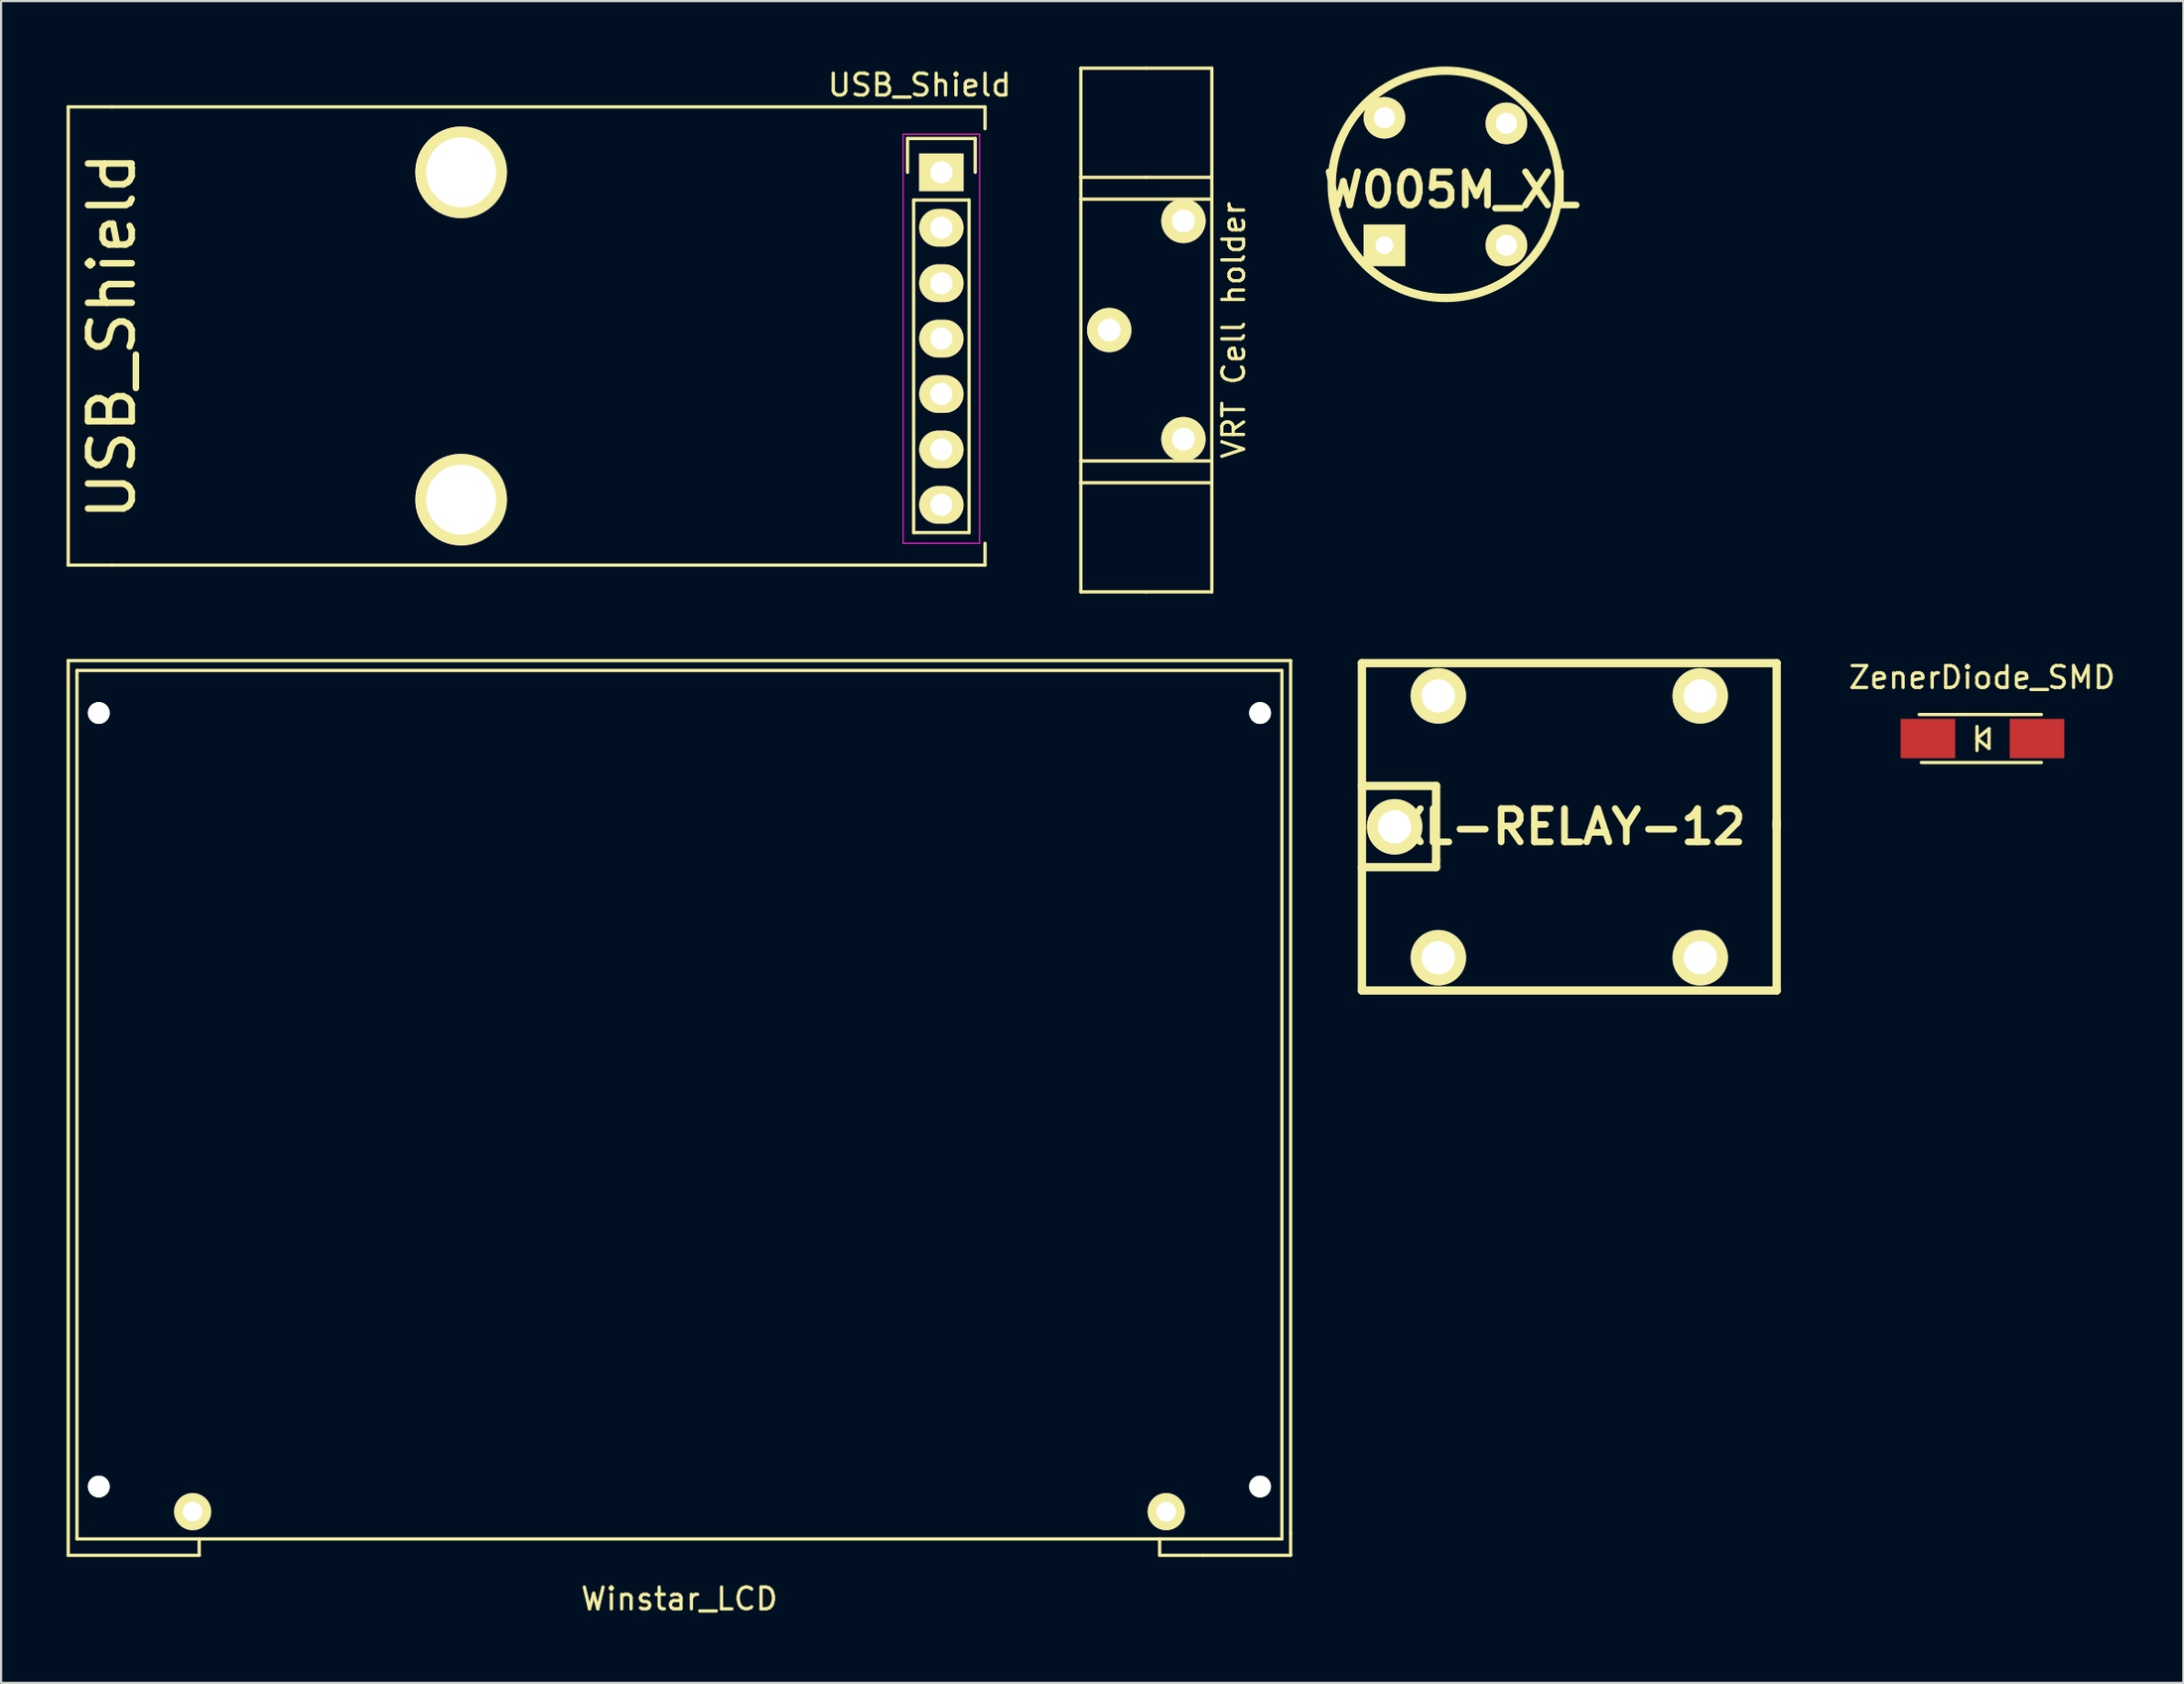
<source format=kicad_pcb>
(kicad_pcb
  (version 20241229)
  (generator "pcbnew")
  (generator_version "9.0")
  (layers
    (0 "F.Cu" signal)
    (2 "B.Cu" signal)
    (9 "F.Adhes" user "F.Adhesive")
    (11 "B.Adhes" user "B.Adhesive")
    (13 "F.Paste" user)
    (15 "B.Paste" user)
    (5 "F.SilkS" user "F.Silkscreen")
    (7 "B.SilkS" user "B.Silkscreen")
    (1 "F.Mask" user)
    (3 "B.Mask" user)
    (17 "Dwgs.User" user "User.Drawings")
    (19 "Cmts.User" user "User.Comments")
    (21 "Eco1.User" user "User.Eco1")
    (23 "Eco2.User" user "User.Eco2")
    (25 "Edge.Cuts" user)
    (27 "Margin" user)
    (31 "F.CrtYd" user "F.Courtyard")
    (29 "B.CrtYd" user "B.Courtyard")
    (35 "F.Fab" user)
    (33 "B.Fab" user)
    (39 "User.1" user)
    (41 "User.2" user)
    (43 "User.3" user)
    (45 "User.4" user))
  (footprint "W005M_XL"
    (layer "F.Cu")
    (at 63.166 5.397)
    (property "Reference" "W005M_XL" (at 0.294 0.26 0) (layer "F.SilkS") (effects (font (size 1.524 1.524) (thickness 0.305))))
    (attr through_hole)
    (fp_circle (center 0 0) (end 0 5.207) (stroke (width 0.381) (type solid)) (fill no) (layer "F.SilkS"))
    (pad "1" thru_hole circle (at 2.794 -2.794) (size 1.905 1.905) (drill 0.965) (layers "*.Cu" "*.Mask" "F.SilkS"))
    (pad "2" thru_hole circle (at 2.794 2.794) (size 1.905 1.905) (drill 0.965) (layers "*.Cu" "*.Mask" "F.SilkS"))
    (pad "3" thru_hole rect (at -2.794 2.794) (size 1.905 1.905) (drill 0.813) (layers "*.Cu" "*.Mask" "F.SilkS"))
    (pad "4" thru_hole circle (at -2.794 -3.048) (size 1.905 1.905) (drill 0.965) (layers "*.Cu" "*.Mask" "F.SilkS")))
  (footprint "XL-RELAY-12"
    (layer "F.Cu")
    (at 68.84 34.841)
    (property "Reference" "XL-RELAY-12" (at 0 0 0) (layer "F.SilkS") (effects (font (size 1.524 1.524) (thickness 0.305))))
    (attr through_hole)
    (fp_line (start -9.5 -7.501) (end -9.5 7.501) (stroke (width 0.381) (type solid)) (layer "F.SilkS"))
    (fp_line (start -9.5 7.501) (end 9.5 7.501) (stroke (width 0.381) (type solid)) (layer "F.SilkS"))
    (fp_line (start -6.101 -1.875) (end -9.5 -1.875) (stroke (width 0.381) (type solid)) (layer "F.SilkS"))
    (fp_line (start -6.101 -1.875) (end -6.101 1.549) (stroke (width 0.381) (type solid)) (layer "F.SilkS"))
    (fp_line (start -6.101 1.549) (end -6.101 1.849) (stroke (width 0.381) (type solid)) (layer "F.SilkS"))
    (fp_line (start -6.101 1.849) (end -9.5 1.849) (stroke (width 0.381) (type solid)) (layer "F.SilkS"))
    (fp_line (start 9.5 -7.501) (end -9.5 -7.501) (stroke (width 0.381) (type solid)) (layer "F.SilkS"))
    (fp_line (start 9.5 0) (end 9.5 -7.501) (stroke (width 0.381) (type solid)) (layer "F.SilkS"))
    (fp_line (start 9.5 7.501) (end 9.5 -0.249) (stroke (width 0.381) (type solid)) (layer "F.SilkS"))
    (pad "1" thru_hole circle (at -5.999 -5.999) (size 2.54 2.54) (drill 1.524) (layers "*.Cu" "*.Mask" "F.SilkS"))
    (pad "2" thru_hole circle (at -8.001 0) (size 2.54 2.54) (drill 1.524) (layers "*.Cu" "*.Mask" "F.SilkS"))
    (pad "3" thru_hole circle (at 5.999 -5.999) (size 2.54 2.54) (drill 1.524) (layers "*.Cu" "*.Mask" "F.SilkS"))
    (pad "4" thru_hole circle (at 5.999 5.999) (size 2.54 2.54) (drill 1.524) (layers "*.Cu" "*.Mask" "F.SilkS"))
    (pad "5" thru_hole circle (at -5.999 5.999) (size 2.54 2.54) (drill 1.524) (layers "*.Cu" "*.Mask" "F.SilkS")))
  (footprint "VRT Cell holder"
    (layer "F.Cu")
    (at 49.465 12.075)
    (property "Reference" "VRT Cell holder" (at 4 0 90) (layer "F.SilkS") (effects (font (size 1 1) (thickness 0.15))))
    (attr through_hole)
    (fp_line (start -3 -12) (end -3 -7) (stroke (width 0.15) (type solid)) (layer "F.SilkS"))
    (fp_line (start -3 -7) (end 0 -7) (stroke (width 0.15) (type solid)) (layer "F.SilkS"))
    (fp_line (start -3 7) (end -3 -7) (stroke (width 0.15) (type solid)) (layer "F.SilkS"))
    (fp_line (start -3 12) (end -3 7) (stroke (width 0.15) (type solid)) (layer "F.SilkS"))
    (fp_line (start 0 -12) (end -3 -12) (stroke (width 0.15) (type solid)) (layer "F.SilkS"))
    (fp_line (start 0 -12) (end 3 -12) (stroke (width 0.15) (type solid)) (layer "F.SilkS"))
    (fp_line (start 0 -7) (end 3 -7) (stroke (width 0.15) (type solid)) (layer "F.SilkS"))
    (fp_line (start 0 12) (end -3 12) (stroke (width 0.15) (type solid)) (layer "F.SilkS"))
    (fp_line (start 0 12) (end 3 12) (stroke (width 0.15) (type solid)) (layer "F.SilkS"))
    (fp_line (start 3 -12) (end 3 -7) (stroke (width 0.15) (type solid)) (layer "F.SilkS"))
    (fp_line (start 3 -7) (end 3 7) (stroke (width 0.15) (type solid)) (layer "F.SilkS"))
    (fp_line (start 3 -6) (end -3 -6) (stroke (width 0.15) (type solid)) (layer "F.SilkS"))
    (fp_line (start 3 6) (end -3 6) (stroke (width 0.15) (type solid)) (layer "F.SilkS"))
    (fp_line (start 3 7) (end -3 7) (stroke (width 0.15) (type solid)) (layer "F.SilkS"))
    (fp_line (start 3 12) (end 3 7) (stroke (width 0.15) (type solid)) (layer "F.SilkS"))
    (pad "1" thru_hole circle (at 1.7 -5) (size 2.032 2.032) (drill 1.05) (layers "*.Cu" "*.Mask" "F.SilkS"))
    (pad "1" thru_hole circle (at 1.7 5) (size 2.032 2.032) (drill 1.05) (layers "*.Cu" "*.Mask" "F.SilkS"))
    (pad "2" thru_hole circle (at -1.7 0) (size 2.032 2.032) (drill 1.05) (layers "*.Cu" "*.Mask" "F.SilkS")))
  (footprint "USB_Shield"
    (layer "F.Cu")
    (at 40.075 12.848)
    (property "Reference" "USB_Shield" (at -1 -12 180) (layer "F.SilkS") (effects (font (size 1 1) (thickness 0.15))))
    (attr through_hole)
    (fp_line (start -40 -11) (end -40 10) (stroke (width 0.15) (type solid)) (layer "F.SilkS"))
    (fp_line (start -40 10) (end -38 10) (stroke (width 0.15) (type solid)) (layer "F.SilkS"))
    (fp_line (start -38 -11) (end -40 -11) (stroke (width 0.15) (type solid)) (layer "F.SilkS"))
    (fp_line (start -38 10) (end 2 10) (stroke (width 0.15) (type solid)) (layer "F.SilkS"))
    (fp_line (start -1.55 -9.55) (end 1.55 -9.55) (stroke (width 0.15) (type solid)) (layer "F.SilkS"))
    (fp_line (start -1.55 -8) (end -1.55 -9.55) (stroke (width 0.15) (type solid)) (layer "F.SilkS"))
    (fp_line (start -1.27 8.51) (end -1.27 -6.73) (stroke (width 0.15) (type solid)) (layer "F.SilkS"))
    (fp_line (start 1.27 -6.73) (end -1.27 -6.73) (stroke (width 0.15) (type solid)) (layer "F.SilkS"))
    (fp_line (start 1.27 -6.73) (end 1.27 8.51) (stroke (width 0.15) (type solid)) (layer "F.SilkS"))
    (fp_line (start 1.27 8.51) (end -1.27 8.51) (stroke (width 0.15) (type solid)) (layer "F.SilkS"))
    (fp_line (start 1.55 -9.55) (end 1.55 -8) (stroke (width 0.15) (type solid)) (layer "F.SilkS"))
    (fp_line (start 2 -11) (end -38 -11) (stroke (width 0.15) (type solid)) (layer "F.SilkS"))
    (fp_line (start 2 -11) (end 2 -10) (stroke (width 0.15) (type solid)) (layer "F.SilkS"))
    (fp_line (start 2 10) (end 2 9) (stroke (width 0.15) (type solid)) (layer "F.SilkS"))
    (fp_line (start -1.75 -9.75) (end -1.75 9) (stroke (width 0.05) (type solid)) (layer "F.CrtYd"))
    (fp_line (start -1.75 -9.75) (end 1.75 -9.75) (stroke (width 0.05) (type solid)) (layer "F.CrtYd"))
    (fp_line (start -1.75 9) (end 1.75 9) (stroke (width 0.05) (type solid)) (layer "F.CrtYd"))
    (fp_line (start 1.75 -9.75) (end 1.75 9) (stroke (width 0.05) (type solid)) (layer "F.CrtYd"))
    (fp_text user "USB_Shield" (at -38 -0.5 90) (layer "F.SilkS") (effects (font (size 2 2) (thickness 0.3))))
    (pad "1" thru_hole circle (at -22 -8) (size 4.2 4.2) (drill 3.2) (layers "*.Cu" "*.Mask" "F.SilkS"))
    (pad "1" thru_hole rect (at 0 -8) (size 2.032 1.727) (drill 1.016) (layers "*.Cu" "*.Mask" "F.SilkS"))
    (pad "2" thru_hole circle (at -22 7) (size 4.2 4.2) (drill 3.2) (layers "*.Cu" "*.Mask" "F.SilkS"))
    (pad "2" thru_hole oval (at 0 -5.46) (size 2.032 1.727) (drill 1.016) (layers "*.Cu" "*.Mask" "F.SilkS"))
    (pad "3" thru_hole oval (at 0 -2.92) (size 2.032 1.727) (drill 1.016) (layers "*.Cu" "*.Mask" "F.SilkS"))
    (pad "4" thru_hole oval (at 0 -0.38) (size 2.032 1.727) (drill 1.016) (layers "*.Cu" "*.Mask" "F.SilkS"))
    (pad "5" thru_hole oval (at 0 2.16) (size 2.032 1.727) (drill 1.016) (layers "*.Cu" "*.Mask" "F.SilkS"))
    (pad "6" thru_hole oval (at 0 4.7) (size 2.032 1.727) (drill 1.016) (layers "*.Cu" "*.Mask" "F.SilkS"))
    (pad "7" thru_hole oval (at 0 7.24) (size 2.032 1.727) (drill 1.016) (layers "*.Cu" "*.Mask" "F.SilkS")))
  (footprint "ZenerDiode_SMD"
    (layer "F.Cu")
    (at 87.768 30.794)
    (property "Reference" "ZenerDiode_SMD" (at -0.018 -2.796 0) (layer "F.SilkS") (effects (font (size 1 1) (thickness 0.15))))
    (attr smd)
    (fp_line (start -2.9 -1.1) (end 2.7 -1.1) (stroke (width 0.15) (type solid)) (layer "F.SilkS"))
    (fp_line (start -2.8 1.1) (end 2.7 1.1) (stroke (width 0.15) (type solid)) (layer "F.SilkS"))
    (fp_line (start -0.25 -0.55) (end -0.25 0.55) (stroke (width 0.15) (type solid)) (layer "F.SilkS"))
    (fp_line (start -0.25 0) (end 0.3 -0.45) (stroke (width 0.15) (type solid)) (layer "F.SilkS"))
    (fp_line (start 0.3 -0.45) (end 0.3 0.45) (stroke (width 0.15) (type solid)) (layer "F.SilkS"))
    (fp_line (start 0.3 0.45) (end -0.25 0) (stroke (width 0.15) (type solid)) (layer "F.SilkS"))
    (pad "1" smd rect (at 2.499 0) (size 2.5 1.801) (layers "F.Cu" "F.Mask" "F.Paste"))
    (pad "2" smd rect (at -2.499 0) (size 2.5 1.801) (layers "F.Cu" "F.Mask" "F.Paste")))
  (footprint "Winstar_LCD"
    (layer "F.Cu")
    (at 28.075 66.225)
    (property "Reference" "Winstar_LCD" (at 0 4 0) (layer "F.SilkS") (effects (font (size 1 1) (thickness 0.15))))
    (attr through_hole)
    (fp_line (start -28 -39) (end -28 2) (stroke (width 0.15) (type solid)) (layer "F.SilkS"))
    (fp_line (start -28 -39) (end 28 -39) (stroke (width 0.15) (type solid)) (layer "F.SilkS"))
    (fp_line (start -28 2) (end -22 2) (stroke (width 0.15) (type solid)) (layer "F.SilkS"))
    (fp_line (start -27.6 -38.55) (end 27.6 -38.55) (stroke (width 0.15) (type solid)) (layer "F.SilkS"))
    (fp_line (start -27.6 1.25) (end -27.6 -38.55) (stroke (width 0.15) (type solid)) (layer "F.SilkS"))
    (fp_line (start -27.6 1.25) (end 27.6 1.25) (stroke (width 0.15) (type solid)) (layer "F.SilkS"))
    (fp_line (start -22 2) (end -22 1.25) (stroke (width 0.15) (type solid)) (layer "F.SilkS"))
    (fp_line (start 22 2) (end 22 1.25) (stroke (width 0.15) (type solid)) (layer "F.SilkS"))
    (fp_line (start 24 2) (end 22 2) (stroke (width 0.15) (type solid)) (layer "F.SilkS"))
    (fp_line (start 27.6 1.25) (end 27.6 -38.55) (stroke (width 0.15) (type solid)) (layer "F.SilkS"))
    (fp_line (start 28 -39) (end 28 1) (stroke (width 0.15) (type solid)) (layer "F.SilkS"))
    (fp_line (start 28 1) (end 28 2) (stroke (width 0.15) (type solid)) (layer "F.SilkS"))
    (fp_line (start 28 2) (end 24 2) (stroke (width 0.15) (type solid)) (layer "F.SilkS"))
    (pad "" np_thru_hole circle (at -26.6 -36.6) (size 1 1) (drill 1) (layers "*.Cu" "*.Mask" "F.SilkS"))
    (pad "" np_thru_hole circle (at -26.6 -1.15) (size 1 1) (drill 1) (layers "*.Cu" "*.Mask" "F.SilkS"))
    (pad "" np_thru_hole circle (at 26.6 -36.6) (size 1 1) (drill 1) (layers "*.Cu" "*.Mask" "F.SilkS"))
    (pad "" np_thru_hole circle (at 26.6 -1.15) (size 1 1) (drill 1) (layers "*.Cu" "*.Mask" "F.SilkS"))
    (pad "1" thru_hole circle (at -22.3 0) (size 1.7 1.7) (drill 0.9) (layers "*.Cu" "*.Mask" "F.SilkS"))
    (pad "2" thru_hole circle (at 22.3 0) (size 1.7 1.7) (drill 0.9) (layers "*.Cu" "*.Mask" "F.SilkS")))
  (gr_rect
    (start -3 -3)
    (end 96.971 74.073)
    (stroke (width 0.1) (type default))
    (fill no)
    (layer "Edge.Cuts")))
</source>
